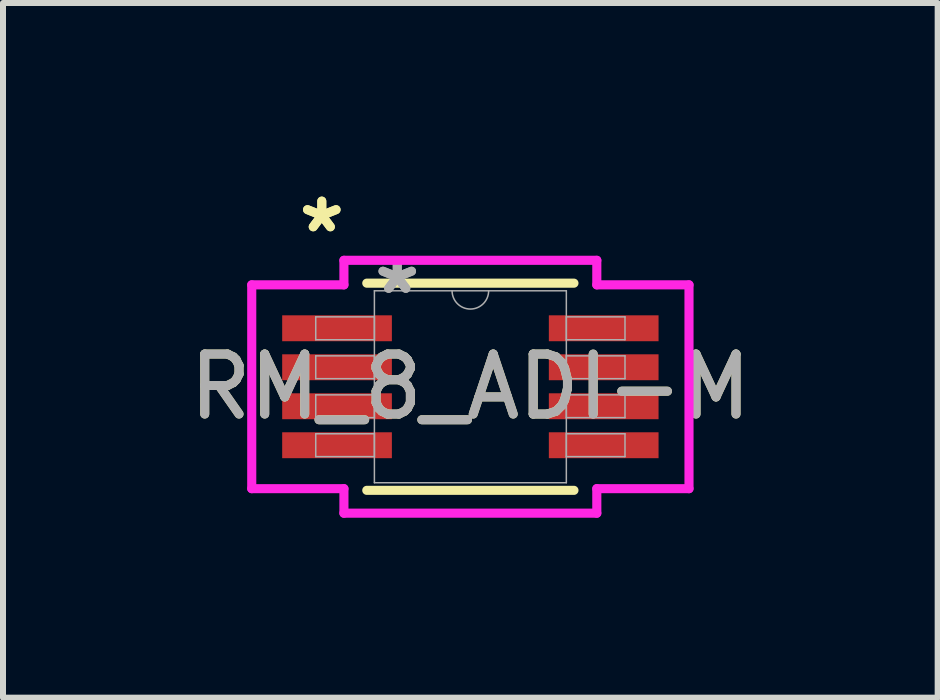
<source format=kicad_pcb>
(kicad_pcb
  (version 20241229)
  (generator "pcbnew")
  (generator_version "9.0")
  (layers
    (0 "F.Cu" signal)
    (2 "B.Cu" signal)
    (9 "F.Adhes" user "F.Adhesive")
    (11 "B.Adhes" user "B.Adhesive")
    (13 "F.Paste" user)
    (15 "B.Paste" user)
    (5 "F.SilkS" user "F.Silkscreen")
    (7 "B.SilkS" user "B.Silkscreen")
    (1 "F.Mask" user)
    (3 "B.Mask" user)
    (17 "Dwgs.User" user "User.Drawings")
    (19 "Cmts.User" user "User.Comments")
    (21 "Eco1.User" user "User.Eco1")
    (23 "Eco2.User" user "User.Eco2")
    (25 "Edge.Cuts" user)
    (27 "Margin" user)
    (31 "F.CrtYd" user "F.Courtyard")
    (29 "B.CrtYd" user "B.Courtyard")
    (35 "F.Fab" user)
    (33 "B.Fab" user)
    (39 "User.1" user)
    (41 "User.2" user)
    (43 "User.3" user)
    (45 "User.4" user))
  (footprint "RM_8_ADI-M"
    (layer "F.Cu")
    (at 4.792 3.398)
    (property "Reference" "RM_8_ADI-M" (at 0 0 0) (unlocked yes) (layer "F.SilkS") (effects (font (size 1 1) (thickness 0.15))))
    (attr smd)
    (fp_line (start -1.727 1.727) (end 1.727 1.727) (stroke (width 0.152) (type solid)) (layer "F.SilkS"))
    (fp_line (start 1.727 -1.727) (end -1.727 -1.727) (stroke (width 0.152) (type solid)) (layer "F.SilkS"))
    (fp_line (start -3.645 -1.699) (end -2.108 -1.699) (stroke (width 0.152) (type solid)) (layer "F.CrtYd"))
    (fp_line (start -3.645 1.699) (end -3.645 -1.699) (stroke (width 0.152) (type solid)) (layer "F.CrtYd"))
    (fp_line (start -3.645 1.699) (end -2.108 1.699) (stroke (width 0.152) (type solid)) (layer "F.CrtYd"))
    (fp_line (start -2.108 -2.108) (end 2.108 -2.108) (stroke (width 0.152) (type solid)) (layer "F.CrtYd"))
    (fp_line (start -2.108 -1.699) (end -2.108 -2.108) (stroke (width 0.152) (type solid)) (layer "F.CrtYd"))
    (fp_line (start -2.108 2.108) (end -2.108 1.699) (stroke (width 0.152) (type solid)) (layer "F.CrtYd"))
    (fp_line (start 2.108 -2.108) (end 2.108 -1.699) (stroke (width 0.152) (type solid)) (layer "F.CrtYd"))
    (fp_line (start 2.108 1.699) (end 2.108 2.108) (stroke (width 0.152) (type solid)) (layer "F.CrtYd"))
    (fp_line (start 2.108 2.108) (end -2.108 2.108) (stroke (width 0.152) (type solid)) (layer "F.CrtYd"))
    (fp_line (start 3.645 -1.699) (end 2.108 -1.699) (stroke (width 0.152) (type solid)) (layer "F.CrtYd"))
    (fp_line (start 3.645 -1.699) (end 3.645 1.699) (stroke (width 0.152) (type solid)) (layer "F.CrtYd"))
    (fp_line (start 3.645 1.699) (end 2.108 1.699) (stroke (width 0.152) (type solid)) (layer "F.CrtYd"))
    (fp_line (start -2.578 -1.165) (end -2.578 -0.784) (stroke (width 0.025) (type solid)) (layer "F.Fab"))
    (fp_line (start -2.578 -0.784) (end -1.6 -0.784) (stroke (width 0.025) (type solid)) (layer "F.Fab"))
    (fp_line (start -2.578 -0.515) (end -2.578 -0.135) (stroke (width 0.025) (type solid)) (layer "F.Fab"))
    (fp_line (start -2.578 -0.135) (end -1.6 -0.135) (stroke (width 0.025) (type solid)) (layer "F.Fab"))
    (fp_line (start -2.578 0.135) (end -2.578 0.515) (stroke (width 0.025) (type solid)) (layer "F.Fab"))
    (fp_line (start -2.578 0.515) (end -1.6 0.515) (stroke (width 0.025) (type solid)) (layer "F.Fab"))
    (fp_line (start -2.578 0.784) (end -2.578 1.165) (stroke (width 0.025) (type solid)) (layer "F.Fab"))
    (fp_line (start -2.578 1.165) (end -1.6 1.165) (stroke (width 0.025) (type solid)) (layer "F.Fab"))
    (fp_line (start -1.6 -1.6) (end -1.6 1.6) (stroke (width 0.025) (type solid)) (layer "F.Fab"))
    (fp_line (start -1.6 -1.165) (end -2.578 -1.165) (stroke (width 0.025) (type solid)) (layer "F.Fab"))
    (fp_line (start -1.6 -0.784) (end -1.6 -1.165) (stroke (width 0.025) (type solid)) (layer "F.Fab"))
    (fp_line (start -1.6 -0.515) (end -2.578 -0.515) (stroke (width 0.025) (type solid)) (layer "F.Fab"))
    (fp_line (start -1.6 -0.135) (end -1.6 -0.515) (stroke (width 0.025) (type solid)) (layer "F.Fab"))
    (fp_line (start -1.6 0.135) (end -2.578 0.135) (stroke (width 0.025) (type solid)) (layer "F.Fab"))
    (fp_line (start -1.6 0.515) (end -1.6 0.135) (stroke (width 0.025) (type solid)) (layer "F.Fab"))
    (fp_line (start -1.6 0.784) (end -2.578 0.784) (stroke (width 0.025) (type solid)) (layer "F.Fab"))
    (fp_line (start -1.6 1.165) (end -1.6 0.784) (stroke (width 0.025) (type solid)) (layer "F.Fab"))
    (fp_line (start -1.6 1.6) (end 1.6 1.6) (stroke (width 0.025) (type solid)) (layer "F.Fab"))
    (fp_line (start 1.6 -1.6) (end -1.6 -1.6) (stroke (width 0.025) (type solid)) (layer "F.Fab"))
    (fp_line (start 1.6 -1.165) (end 1.6 -0.784) (stroke (width 0.025) (type solid)) (layer "F.Fab"))
    (fp_line (start 1.6 -0.784) (end 2.578 -0.784) (stroke (width 0.025) (type solid)) (layer "F.Fab"))
    (fp_line (start 1.6 -0.515) (end 1.6 -0.135) (stroke (width 0.025) (type solid)) (layer "F.Fab"))
    (fp_line (start 1.6 -0.135) (end 2.578 -0.135) (stroke (width 0.025) (type solid)) (layer "F.Fab"))
    (fp_line (start 1.6 0.135) (end 1.6 0.515) (stroke (width 0.025) (type solid)) (layer "F.Fab"))
    (fp_line (start 1.6 0.515) (end 2.578 0.515) (stroke (width 0.025) (type solid)) (layer "F.Fab"))
    (fp_line (start 1.6 0.784) (end 1.6 1.165) (stroke (width 0.025) (type solid)) (layer "F.Fab"))
    (fp_line (start 1.6 1.165) (end 2.578 1.165) (stroke (width 0.025) (type solid)) (layer "F.Fab"))
    (fp_line (start 1.6 1.6) (end 1.6 -1.6) (stroke (width 0.025) (type solid)) (layer "F.Fab"))
    (fp_line (start 2.578 -1.165) (end 1.6 -1.165) (stroke (width 0.025) (type solid)) (layer "F.Fab"))
    (fp_line (start 2.578 -0.784) (end 2.578 -1.165) (stroke (width 0.025) (type solid)) (layer "F.Fab"))
    (fp_line (start 2.578 -0.515) (end 1.6 -0.515) (stroke (width 0.025) (type solid)) (layer "F.Fab"))
    (fp_line (start 2.578 -0.135) (end 2.578 -0.515) (stroke (width 0.025) (type solid)) (layer "F.Fab"))
    (fp_line (start 2.578 0.135) (end 1.6 0.135) (stroke (width 0.025) (type solid)) (layer "F.Fab"))
    (fp_line (start 2.578 0.515) (end 2.578 0.135) (stroke (width 0.025) (type solid)) (layer "F.Fab"))
    (fp_line (start 2.578 0.784) (end 1.6 0.784) (stroke (width 0.025) (type solid)) (layer "F.Fab"))
    (fp_line (start 2.578 1.165) (end 2.578 0.784) (stroke (width 0.025) (type solid)) (layer "F.Fab"))
    (fp_arc (start 0.3048 -1.6002) (mid 0 -1.2954) (end -0.3048 -1.6002) (stroke (width 0.0254) (type solid)) (layer "F.Fab"))
    (fp_text user "*" (at -2.477 -2.55 0) (unlocked yes) (layer "F.SilkS") (effects (font (size 1 1) (thickness 0.15))))
    (fp_text user "*" (at -2.477 -2.55 0) (layer "F.SilkS") (effects (font (size 1 1) (thickness 0.15))))
    (fp_text user "${REFERENCE}" (at 0 0 0) (unlocked yes) (layer "F.Fab") (effects (font (size 1 1) (thickness 0.15))))
    (fp_text user "*" (at -1.219 -1.524 0) (unlocked yes) (layer "F.Fab") (effects (font (size 1 1) (thickness 0.15))))
    (fp_text user "*" (at -1.219 -1.524 0) (layer "F.Fab") (effects (font (size 1 1) (thickness 0.15))))
    (pad "1" smd rect (at -2.223 -0.975) (size 1.829 0.432) (layers "F.Cu" "F.Mask" "F.Paste"))
    (pad "2" smd rect (at -2.223 -0.325) (size 1.829 0.432) (layers "F.Cu" "F.Mask" "F.Paste"))
    (pad "3" smd rect (at -2.223 0.325) (size 1.829 0.432) (layers "F.Cu" "F.Mask" "F.Paste"))
    (pad "4" smd rect (at -2.223 0.975) (size 1.829 0.432) (layers "F.Cu" "F.Mask" "F.Paste"))
    (pad "5" smd rect (at 2.223 0.975) (size 1.829 0.432) (layers "F.Cu" "F.Mask" "F.Paste"))
    (pad "6" smd rect (at 2.223 0.325) (size 1.829 0.432) (layers "F.Cu" "F.Mask" "F.Paste"))
    (pad "7" smd rect (at 2.223 -0.325) (size 1.829 0.432) (layers "F.Cu" "F.Mask" "F.Paste"))
    (pad "8" smd rect (at 2.223 -0.975) (size 1.829 0.432) (layers "F.Cu" "F.Mask" "F.Paste")))
  (gr_rect
    (start -3 -3)
    (end 12.583 8.582)
    (stroke (width 0.1) (type default))
    (fill no)
    (layer "Edge.Cuts")))
</source>
